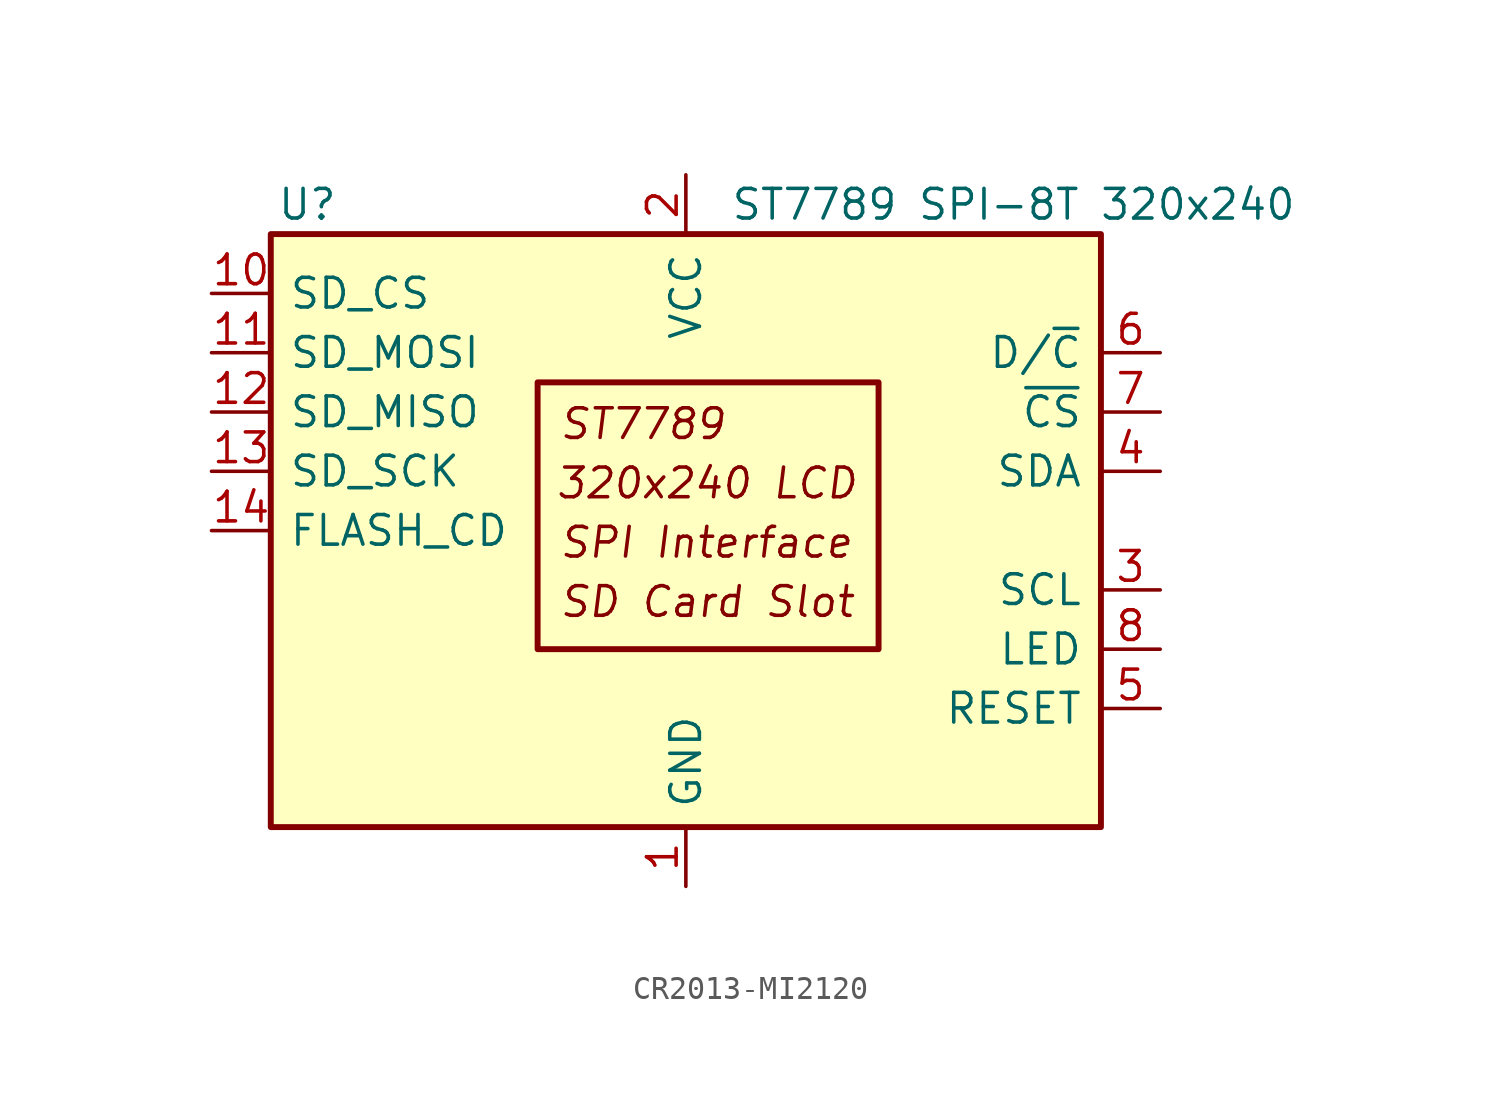
<source format=kicad_sym>
(kicad_symbol_lib
  (version 20231120)
  (generator "kicad_symbol_editor")
  (generator_version "8.0")
  (symbol "CR2013-MI2120"
    (pin_names
      (offset 0.762))
    (property "Reference" "U"
      (at -17.526 13.97 0)
      (effects (font (size 1.27 1.27)) (justify left)))
    (property "Value" "ST7789 SPI-8T 320x240"
      (at 1.905 13.97 0)
      (effects (font (size 1.27 1.27)) (justify left)))
    (symbol "CR2013-MI2120_0_0"
      (text "320x240 LCD" (at 0.889 2.032 0) (effects (font (size 1.27 1.27) (italic yes))))
      (text "SD Card Slot" (at -5.461 -3.048 0) (effects (font (size 1.27 1.27) (italic yes)) (justify left)))
      (text "SPI Interface" (at -5.461 -0.508 0) (effects (font (size 1.27 1.27) (italic yes)) (justify left))))
    (symbol "CR2013-MI2120_0_1"
      (rectangle (start -17.78 12.7) (end 17.78 -12.7) (stroke (width 0.254) (type default)) (fill (type background)))
      (rectangle (start -6.35 6.35) (end 8.255 -5.08) (stroke (width 0.254) (type default)) (fill (type none))))
    (symbol "CR2013-MI2120_1_0"
      (text "ST7789" (at -5.461 4.572 0) (effects (font (size 1.27 1.27) (italic yes)) (justify left))))
    (symbol "CR2013-MI2120_1_1"
      (pin power_in line (at 0 -15.24 90) (length 2.54) (name "GND" (effects (font (size 1.27 1.27)))) (number "1" (effects (font (size 1.27 1.27)))))
      (pin input line (at -20.32 10.16 0) (length 2.54) (name "SD_CS" (effects (font (size 1.27 1.27)))) (number "10" (effects (font (size 1.27 1.27)))))
      (pin input line (at -20.32 7.62 0) (length 2.54) (name "SD_MOSI" (effects (font (size 1.27 1.27)))) (number "11" (effects (font (size 1.27 1.27)))))
      (pin output line (at -20.32 5.08 0) (length 2.54) (name "SD_MISO" (effects (font (size 1.27 1.27)))) (number "12" (effects (font (size 1.27 1.27)))))
      (pin input line (at -20.32 2.54 0) (length 2.54) (name "SD_SCK" (effects (font (size 1.27 1.27)))) (number "13" (effects (font (size 1.27 1.27)))))
      (pin input line (at -20.32 0 0) (length 2.54) (name "FLASH_CD" (effects (font (size 1.27 1.27)))) (number "14" (effects (font (size 1.27 1.27)))))
      (pin power_in line (at 0 15.24 270) (length 2.54) (name "VCC" (effects (font (size 1.27 1.27)))) (number "2" (effects (font (size 1.27 1.27)))))
      (pin input line (at 20.32 -2.54 180) (length 2.54) (name "SCL" (effects (font (size 1.27 1.27)))) (number "3" (effects (font (size 1.27 1.27)))))
      (pin input line (at 20.32 2.54 180) (length 2.54) (name "SDA" (effects (font (size 1.27 1.27)))) (number "4" (effects (font (size 1.27 1.27)))))
      (pin input line (at 20.32 -7.62 180) (length 2.54) (name "RESET" (effects (font (size 1.27 1.27)))) (number "5" (effects (font (size 1.27 1.27)))))
      (pin input line (at 20.32 7.62 180) (length 2.54) (name "D/~{C}" (effects (font (size 1.27 1.27)))) (number "6" (effects (font (size 1.27 1.27)))))
      (pin input line (at 20.32 5.08 180) (length 2.54) (name "~{CS}" (effects (font (size 1.27 1.27)))) (number "7" (effects (font (size 1.27 1.27)))))
      (pin input line (at 20.32 -5.08 180) (length 2.54) (name "LED" (effects (font (size 1.27 1.27)))) (number "8" (effects (font (size 1.27 1.27))))))))
</source>
